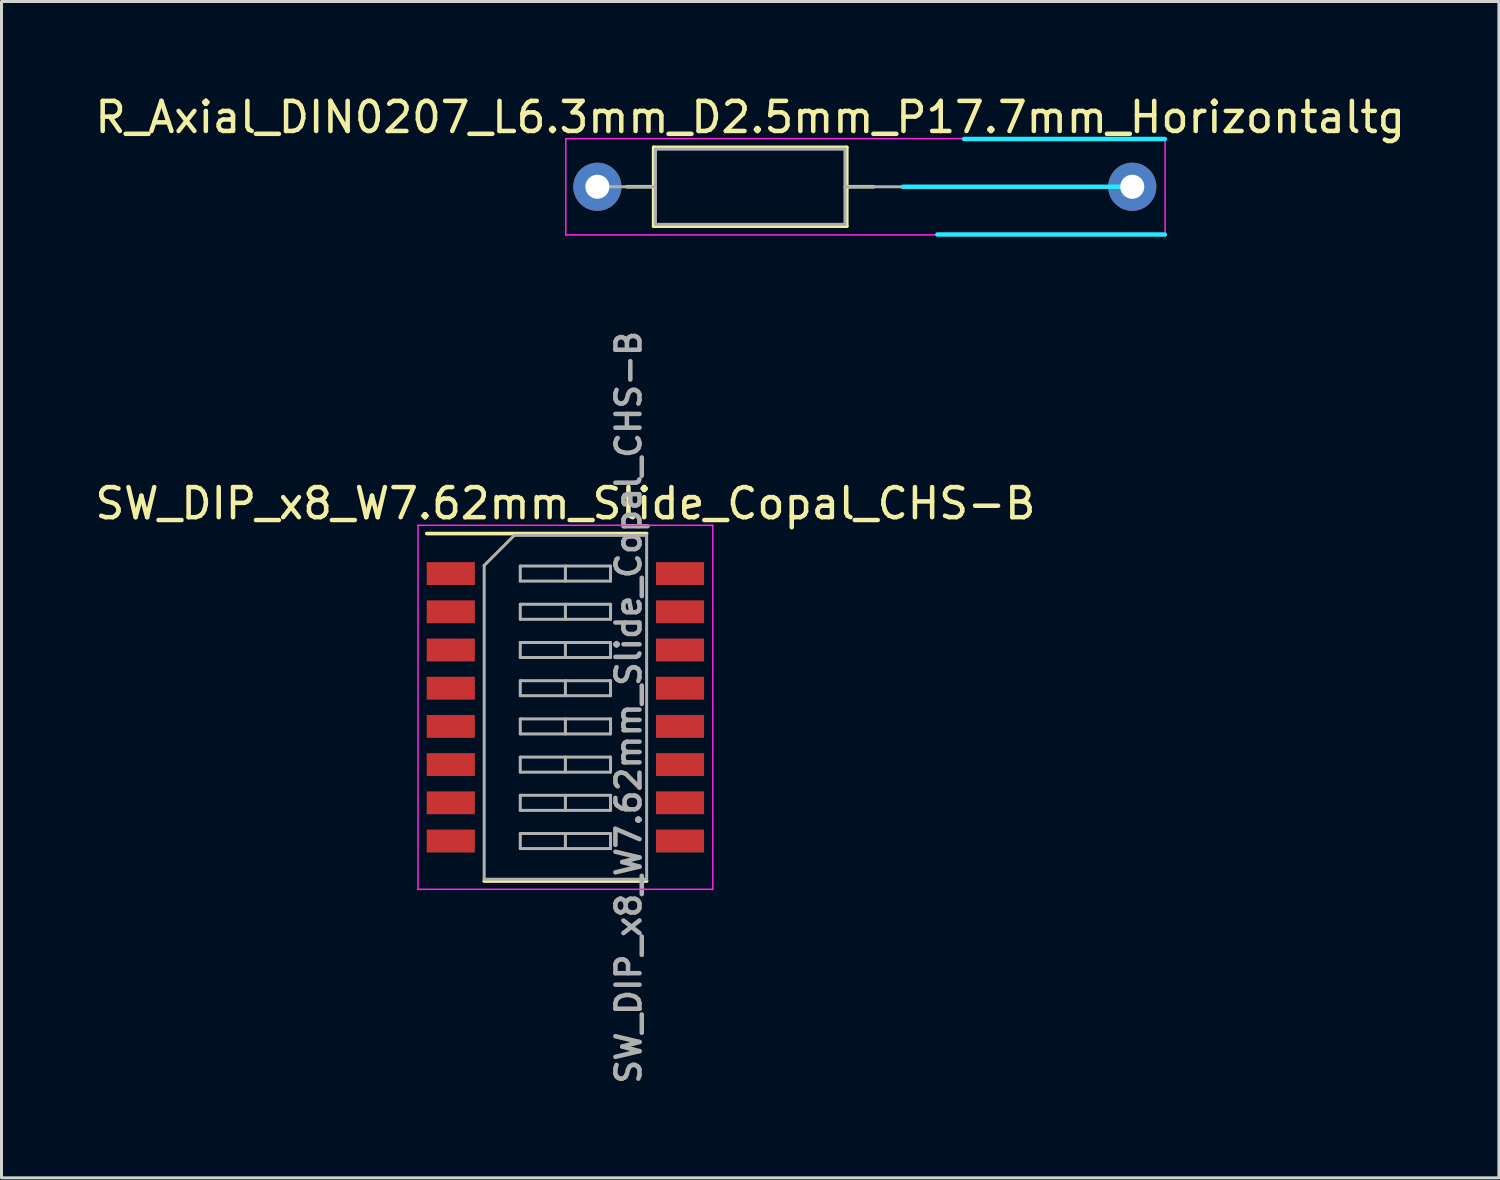
<source format=kicad_pcb>
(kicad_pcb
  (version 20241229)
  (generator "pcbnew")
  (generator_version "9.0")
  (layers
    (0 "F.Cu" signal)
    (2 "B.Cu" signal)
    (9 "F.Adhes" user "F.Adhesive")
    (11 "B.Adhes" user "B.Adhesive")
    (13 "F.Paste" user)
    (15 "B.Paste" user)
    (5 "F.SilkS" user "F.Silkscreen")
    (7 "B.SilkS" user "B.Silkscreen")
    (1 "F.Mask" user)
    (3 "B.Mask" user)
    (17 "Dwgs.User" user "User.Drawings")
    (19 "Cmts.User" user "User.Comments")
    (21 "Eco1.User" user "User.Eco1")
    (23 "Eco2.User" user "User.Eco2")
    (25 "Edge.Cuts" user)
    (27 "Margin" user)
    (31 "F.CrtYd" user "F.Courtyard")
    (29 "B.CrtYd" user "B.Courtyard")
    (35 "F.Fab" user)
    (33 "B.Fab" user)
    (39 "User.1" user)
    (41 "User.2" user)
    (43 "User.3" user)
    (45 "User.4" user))
  (footprint "SW_DIP_x8_W7.62mm_Slide_Copal_CHS-B"
    (layer "F.Cu")
    (at 15.744 20.461)
    (property "Reference" "SW_DIP_x8_W7.62mm_Slide_Copal_CHS-B" (at 0 -6.775 0) (layer "F.SilkS") (effects (font (size 1 1) (thickness 0.15))))
    (attr smd)
    (fp_line (start -4.61 -5.775) (end 2.7 -5.775) (stroke (width 0.12) (type solid)) (layer "F.SilkS"))
    (fp_line (start -2.7 5.775) (end 2.7 5.775) (stroke (width 0.12) (type solid)) (layer "F.SilkS"))
    (fp_line (start -4.9 -6.05) (end -4.9 6.05) (stroke (width 0.05) (type solid)) (layer "F.CrtYd"))
    (fp_line (start -4.9 6.05) (end 4.9 6.05) (stroke (width 0.05) (type solid)) (layer "F.CrtYd"))
    (fp_line (start 4.9 -6.05) (end -4.9 -6.05) (stroke (width 0.05) (type solid)) (layer "F.CrtYd"))
    (fp_line (start 4.9 6.05) (end 4.9 -6.05) (stroke (width 0.05) (type solid)) (layer "F.CrtYd"))
    (fp_line (start -2.7 -4.715) (end -1.7 -5.715) (stroke (width 0.1) (type solid)) (layer "F.Fab"))
    (fp_line (start -2.7 5.715) (end -2.7 -4.715) (stroke (width 0.1) (type solid)) (layer "F.Fab"))
    (fp_line (start -1.7 -5.715) (end 2.7 -5.715) (stroke (width 0.1) (type solid)) (layer "F.Fab"))
    (fp_line (start -1.5 -4.695) (end -1.5 -4.195) (stroke (width 0.1) (type solid)) (layer "F.Fab"))
    (fp_line (start -1.5 -4.195) (end 1.5 -4.195) (stroke (width 0.1) (type solid)) (layer "F.Fab"))
    (fp_line (start -1.5 -3.425) (end -1.5 -2.925) (stroke (width 0.1) (type solid)) (layer "F.Fab"))
    (fp_line (start -1.5 -2.925) (end 1.5 -2.925) (stroke (width 0.1) (type solid)) (layer "F.Fab"))
    (fp_line (start -1.5 -2.155) (end -1.5 -1.655) (stroke (width 0.1) (type solid)) (layer "F.Fab"))
    (fp_line (start -1.5 -1.655) (end 1.5 -1.655) (stroke (width 0.1) (type solid)) (layer "F.Fab"))
    (fp_line (start -1.5 -0.885) (end -1.5 -0.385) (stroke (width 0.1) (type solid)) (layer "F.Fab"))
    (fp_line (start -1.5 -0.385) (end 1.5 -0.385) (stroke (width 0.1) (type solid)) (layer "F.Fab"))
    (fp_line (start -1.5 0.385) (end -1.5 0.885) (stroke (width 0.1) (type solid)) (layer "F.Fab"))
    (fp_line (start -1.5 0.885) (end 1.5 0.885) (stroke (width 0.1) (type solid)) (layer "F.Fab"))
    (fp_line (start -1.5 1.655) (end -1.5 2.155) (stroke (width 0.1) (type solid)) (layer "F.Fab"))
    (fp_line (start -1.5 2.155) (end 1.5 2.155) (stroke (width 0.1) (type solid)) (layer "F.Fab"))
    (fp_line (start -1.5 2.925) (end -1.5 3.425) (stroke (width 0.1) (type solid)) (layer "F.Fab"))
    (fp_line (start -1.5 3.425) (end 1.5 3.425) (stroke (width 0.1) (type solid)) (layer "F.Fab"))
    (fp_line (start -1.5 4.195) (end -1.5 4.695) (stroke (width 0.1) (type solid)) (layer "F.Fab"))
    (fp_line (start -1.5 4.695) (end 1.5 4.695) (stroke (width 0.1) (type solid)) (layer "F.Fab"))
    (fp_line (start 0 -4.695) (end 0 -4.195) (stroke (width 0.1) (type solid)) (layer "F.Fab"))
    (fp_line (start 0 -3.425) (end 0 -2.925) (stroke (width 0.1) (type solid)) (layer "F.Fab"))
    (fp_line (start 0 -2.155) (end 0 -1.655) (stroke (width 0.1) (type solid)) (layer "F.Fab"))
    (fp_line (start 0 -0.885) (end 0 -0.385) (stroke (width 0.1) (type solid)) (layer "F.Fab"))
    (fp_line (start 0 0.385) (end 0 0.885) (stroke (width 0.1) (type solid)) (layer "F.Fab"))
    (fp_line (start 0 1.655) (end 0 2.155) (stroke (width 0.1) (type solid)) (layer "F.Fab"))
    (fp_line (start 0 2.925) (end 0 3.425) (stroke (width 0.1) (type solid)) (layer "F.Fab"))
    (fp_line (start 0 4.195) (end 0 4.695) (stroke (width 0.1) (type solid)) (layer "F.Fab"))
    (fp_line (start 1.5 -4.695) (end -1.5 -4.695) (stroke (width 0.1) (type solid)) (layer "F.Fab"))
    (fp_line (start 1.5 -4.195) (end 1.5 -4.695) (stroke (width 0.1) (type solid)) (layer "F.Fab"))
    (fp_line (start 1.5 -3.425) (end -1.5 -3.425) (stroke (width 0.1) (type solid)) (layer "F.Fab"))
    (fp_line (start 1.5 -2.925) (end 1.5 -3.425) (stroke (width 0.1) (type solid)) (layer "F.Fab"))
    (fp_line (start 1.5 -2.155) (end -1.5 -2.155) (stroke (width 0.1) (type solid)) (layer "F.Fab"))
    (fp_line (start 1.5 -1.655) (end 1.5 -2.155) (stroke (width 0.1) (type solid)) (layer "F.Fab"))
    (fp_line (start 1.5 -0.885) (end -1.5 -0.885) (stroke (width 0.1) (type solid)) (layer "F.Fab"))
    (fp_line (start 1.5 -0.385) (end 1.5 -0.885) (stroke (width 0.1) (type solid)) (layer "F.Fab"))
    (fp_line (start 1.5 0.385) (end -1.5 0.385) (stroke (width 0.1) (type solid)) (layer "F.Fab"))
    (fp_line (start 1.5 0.885) (end 1.5 0.385) (stroke (width 0.1) (type solid)) (layer "F.Fab"))
    (fp_line (start 1.5 1.655) (end -1.5 1.655) (stroke (width 0.1) (type solid)) (layer "F.Fab"))
    (fp_line (start 1.5 2.155) (end 1.5 1.655) (stroke (width 0.1) (type solid)) (layer "F.Fab"))
    (fp_line (start 1.5 2.925) (end -1.5 2.925) (stroke (width 0.1) (type solid)) (layer "F.Fab"))
    (fp_line (start 1.5 3.425) (end 1.5 2.925) (stroke (width 0.1) (type solid)) (layer "F.Fab"))
    (fp_line (start 1.5 4.195) (end -1.5 4.195) (stroke (width 0.1) (type solid)) (layer "F.Fab"))
    (fp_line (start 1.5 4.695) (end 1.5 4.195) (stroke (width 0.1) (type solid)) (layer "F.Fab"))
    (fp_line (start 2.7 -5.715) (end 2.7 5.715) (stroke (width 0.1) (type solid)) (layer "F.Fab"))
    (fp_line (start 2.7 5.715) (end -2.7 5.715) (stroke (width 0.1) (type solid)) (layer "F.Fab"))
    (fp_text user "${REFERENCE}" (at 2.1 0 90) (layer "F.Fab") (effects (font (size 0.8 0.8) (thickness 0.15))))
    (pad "1" smd rect (at -3.81 -4.445) (size 1.6 0.76) (layers "F.Cu" "F.Mask" "F.Paste"))
    (pad "2" smd rect (at -3.81 -3.175) (size 1.6 0.76) (layers "F.Cu" "F.Mask" "F.Paste"))
    (pad "3" smd rect (at -3.81 -1.905) (size 1.6 0.76) (layers "F.Cu" "F.Mask" "F.Paste"))
    (pad "4" smd rect (at -3.81 -0.635) (size 1.6 0.76) (layers "F.Cu" "F.Mask" "F.Paste"))
    (pad "5" smd rect (at -3.81 0.635) (size 1.6 0.76) (layers "F.Cu" "F.Mask" "F.Paste"))
    (pad "6" smd rect (at -3.81 1.905) (size 1.6 0.76) (layers "F.Cu" "F.Mask" "F.Paste"))
    (pad "7" smd rect (at -3.81 3.175) (size 1.6 0.76) (layers "F.Cu" "F.Mask" "F.Paste"))
    (pad "8" smd rect (at -3.81 4.445) (size 1.6 0.76) (layers "F.Cu" "F.Mask" "F.Paste"))
    (pad "9" smd rect (at 3.81 4.445) (size 1.6 0.76) (layers "F.Cu" "F.Mask" "F.Paste"))
    (pad "10" smd rect (at 3.81 3.175) (size 1.6 0.76) (layers "F.Cu" "F.Mask" "F.Paste"))
    (pad "11" smd rect (at 3.81 1.905) (size 1.6 0.76) (layers "F.Cu" "F.Mask" "F.Paste"))
    (pad "12" smd rect (at 3.81 0.635) (size 1.6 0.76) (layers "F.Cu" "F.Mask" "F.Paste"))
    (pad "13" smd rect (at 3.81 -0.635) (size 1.6 0.76) (layers "F.Cu" "F.Mask" "F.Paste"))
    (pad "14" smd rect (at 3.81 -1.905) (size 1.6 0.76) (layers "F.Cu" "F.Mask" "F.Paste"))
    (pad "15" smd rect (at 3.81 -3.175) (size 1.6 0.76) (layers "F.Cu" "F.Mask" "F.Paste"))
    (pad "16" smd rect (at 3.81 -4.445) (size 1.6 0.76) (layers "F.Cu" "F.Mask" "F.Paste")))
  (footprint "R_Axial_DIN0207_L6.3mm_D2.5mm_P17.7mm_Horizontaltg"
    (layer "F.Cu")
    (at 16.807 3.158)
    (property "Reference" "R_Axial_DIN0207_L6.3mm_D2.5mm_P17.7mm_Horizontaltg" (at 5.08 -2.31 0) (layer "F.SilkS") (effects (font (size 1 1) (thickness 0.15))))
    (attr through_hole)
    (fp_line (start 0.98 0) (end 1.87 0) (stroke (width 0.12) (type solid)) (layer "F.SilkS"))
    (fp_line (start 1.87 -1.31) (end 1.87 1.31) (stroke (width 0.12) (type solid)) (layer "F.SilkS"))
    (fp_line (start 1.87 1.31) (end 8.29 1.31) (stroke (width 0.12) (type solid)) (layer "F.SilkS"))
    (fp_line (start 8.29 -1.31) (end 1.87 -1.31) (stroke (width 0.12) (type solid)) (layer "F.SilkS"))
    (fp_line (start 8.29 1.31) (end 8.29 -1.31) (stroke (width 0.12) (type solid)) (layer "F.SilkS"))
    (fp_line (start 9.18 0) (end 8.29 0) (stroke (width 0.12) (type solid)) (layer "F.SilkS"))
    (fp_line (start 10.16 0) (end 17.78 0) (stroke (width 0.15) (type solid)) (layer "B.CrtYd"))
    (fp_line (start 18.86 -1.587) (end 12.192 -1.587) (stroke (width 0.15) (type solid)) (layer "B.CrtYd"))
    (fp_line (start 18.86 1.587) (end 11.303 1.587) (stroke (width 0.15) (type solid)) (layer "B.CrtYd"))
    (fp_line (start -1.05 -1.6) (end -1.05 1.6) (stroke (width 0.05) (type solid)) (layer "F.CrtYd"))
    (fp_line (start -1.05 1.6) (end 11.25 1.6) (stroke (width 0.05) (type solid)) (layer "F.CrtYd"))
    (fp_line (start 12.266 -1.6) (end -1.034 -1.6) (stroke (width 0.05) (type solid)) (layer "F.CrtYd"))
    (fp_line (start 18.87 1.6) (end 18.87 -1.6) (stroke (width 0.05) (type solid)) (layer "F.CrtYd"))
    (fp_line (start 0 0) (end 1.93 0) (stroke (width 0.1) (type solid)) (layer "F.Fab"))
    (fp_line (start 1.93 -1.25) (end 1.93 1.25) (stroke (width 0.1) (type solid)) (layer "F.Fab"))
    (fp_line (start 1.93 1.25) (end 8.23 1.25) (stroke (width 0.1) (type solid)) (layer "F.Fab"))
    (fp_line (start 8.23 -1.25) (end 1.93 -1.25) (stroke (width 0.1) (type solid)) (layer "F.Fab"))
    (fp_line (start 8.23 1.25) (end 8.23 -1.25) (stroke (width 0.1) (type solid)) (layer "F.Fab"))
    (fp_line (start 10.16 0) (end 8.23 0) (stroke (width 0.1) (type solid)) (layer "F.Fab"))
    (pad "1" thru_hole circle (at 0 0) (size 1.6 1.6) (drill 0.8) (layers "*.Cu" "*.Mask"))
    (pad "2" thru_hole oval (at 17.78 0) (size 1.6 1.6) (drill 0.8) (layers "*.Cu" "*.Mask")))
  (gr_rect
    (start -3 -3)
    (end 46.774 36.101)
    (stroke (width 0.1) (type default))
    (fill no)
    (layer "Edge.Cuts")))
</source>
